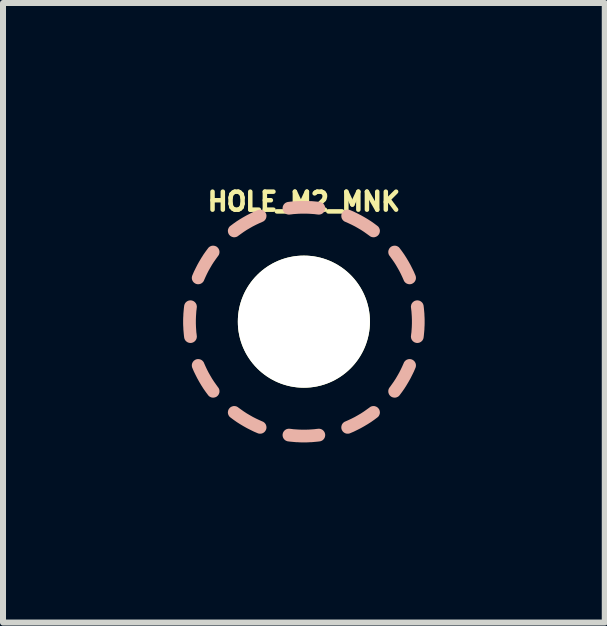
<source format=kicad_pcb>
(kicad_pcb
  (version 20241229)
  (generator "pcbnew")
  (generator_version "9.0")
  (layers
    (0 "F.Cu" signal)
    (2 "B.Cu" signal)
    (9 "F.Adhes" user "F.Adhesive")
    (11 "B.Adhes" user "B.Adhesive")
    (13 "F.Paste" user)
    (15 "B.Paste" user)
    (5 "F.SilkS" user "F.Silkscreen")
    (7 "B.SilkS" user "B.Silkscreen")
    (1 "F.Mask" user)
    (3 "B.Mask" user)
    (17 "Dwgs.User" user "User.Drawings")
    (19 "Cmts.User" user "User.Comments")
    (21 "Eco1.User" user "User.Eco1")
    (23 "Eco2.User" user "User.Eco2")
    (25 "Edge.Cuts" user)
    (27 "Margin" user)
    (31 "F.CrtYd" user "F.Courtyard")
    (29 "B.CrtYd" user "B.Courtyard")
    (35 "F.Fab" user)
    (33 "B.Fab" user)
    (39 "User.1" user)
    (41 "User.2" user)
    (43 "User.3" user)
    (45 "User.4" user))
  (footprint "HOLE_M2_MNK"
    (layer "F.Cu")
    (at 2.011 2.307)
    (property "Reference" "HOLE_M2_MNK" (at 0 -2 0) (layer "F.SilkS") (effects (font (size 0.3 0.3) (thickness 0.075))))
    (attr through_hole)
    (fp_poly (pts (xy -1.765 0.623) (xy -1.77 0.624) (xy -1.775 0.624) (xy -1.78 0.625) (xy -1.786 0.626) (xy -1.791 0.628) (xy -1.796 0.629) (xy -1.801 0.631) (xy -1.806 0.634) (xy -1.811 0.636) (xy -1.815 0.639) (xy -1.82 0.642) (xy -1.824 0.645) (xy -1.828 0.648) (xy -1.832 0.651) (xy -1.836 0.655) (xy -1.839 0.659) (xy -1.843 0.663) (xy -1.846 0.667) (xy -1.849 0.671) (xy -1.851 0.675) (xy -1.854 0.68) (xy -1.856 0.684) (xy -1.858 0.689) (xy -1.86 0.693) (xy -1.862 0.698) (xy -1.863 0.703) (xy -1.864 0.708) (xy -1.865 0.713) (xy -1.866 0.718) (xy -1.866 0.723) (xy -1.866 0.729) (xy -1.866 0.734) (xy -1.866 0.739) (xy -1.865 0.744) (xy -1.864 0.749) (xy -1.863 0.754) (xy -1.862 0.76) (xy -1.86 0.765) (xy -1.858 0.77) (xy -1.832 0.831) (xy -1.803 0.89) (xy -1.773 0.949) (xy -1.741 1.006) (xy -1.707 1.063) (xy -1.672 1.118) (xy -1.634 1.172) (xy -1.595 1.224) (xy -1.592 1.228) (xy -1.588 1.232) (xy -1.585 1.236) (xy -1.581 1.24) (xy -1.577 1.243) (xy -1.572 1.246) (xy -1.568 1.249) (xy -1.564 1.252) (xy -1.559 1.254) (xy -1.554 1.256) (xy -1.55 1.258) (xy -1.545 1.26) (xy -1.54 1.262) (xy -1.535 1.263) (xy -1.53 1.264) (xy -1.525 1.265) (xy -1.52 1.265) (xy -1.515 1.266) (xy -1.51 1.266) (xy -1.505 1.265) (xy -1.5 1.265) (xy -1.495 1.264) (xy -1.49 1.263) (xy -1.485 1.262) (xy -1.48 1.261) (xy -1.475 1.259) (xy -1.47 1.257) (xy -1.465 1.255) (xy -1.46 1.253) (xy -1.456 1.25) (xy -1.451 1.247) (xy -1.447 1.244) (xy -1.443 1.24) (xy -1.439 1.237) (xy -1.435 1.233) (xy -1.431 1.229) (xy -1.428 1.225) (xy -1.425 1.221) (xy -1.422 1.216) (xy -1.419 1.212) (xy -1.417 1.207) (xy -1.415 1.203) (xy -1.413 1.198) (xy -1.411 1.193) (xy -1.41 1.188) (xy -1.408 1.183) (xy -1.407 1.178) (xy -1.406 1.173) (xy -1.406 1.168) (xy -1.406 1.163) (xy -1.406 1.158) (xy -1.406 1.153) (xy -1.406 1.148) (xy -1.407 1.143) (xy -1.408 1.138) (xy -1.409 1.133) (xy -1.41 1.128) (xy -1.412 1.123) (xy -1.414 1.118) (xy -1.416 1.113) (xy -1.419 1.109) (xy -1.421 1.104) (xy -1.424 1.1) (xy -1.428 1.095) (xy -1.462 1.048) (xy -1.496 1) (xy -1.528 0.951) (xy -1.558 0.9) (xy -1.587 0.849) (xy -1.614 0.796) (xy -1.639 0.743) (xy -1.663 0.689) (xy -1.665 0.684) (xy -1.667 0.679) (xy -1.67 0.674) (xy -1.673 0.67) (xy -1.676 0.666) (xy -1.679 0.661) (xy -1.683 0.658) (xy -1.686 0.654) (xy -1.69 0.65) (xy -1.694 0.647) (xy -1.698 0.644) (xy -1.702 0.641) (xy -1.706 0.638) (xy -1.711 0.636) (xy -1.715 0.633) (xy -1.72 0.631) (xy -1.725 0.63) (xy -1.73 0.628) (xy -1.734 0.627) (xy -1.739 0.625) (xy -1.744 0.625) (xy -1.749 0.624) (xy -1.755 0.624) (xy -1.76 0.623)) (stroke (width 0) (type solid)) (fill yes) (layer "B.SilkS"))
    (fp_poly (pts (xy -1.515 -1.266) (xy -1.52 -1.265) (xy -1.525 -1.265) (xy -1.53 -1.264) (xy -1.535 -1.263) (xy -1.54 -1.262) (xy -1.545 -1.26) (xy -1.55 -1.258) (xy -1.554 -1.256) (xy -1.559 -1.254) (xy -1.564 -1.252) (xy -1.568 -1.249) (xy -1.572 -1.246) (xy -1.577 -1.243) (xy -1.581 -1.24) (xy -1.585 -1.236) (xy -1.588 -1.232) (xy -1.592 -1.228) (xy -1.595 -1.224) (xy -1.634 -1.172) (xy -1.672 -1.118) (xy -1.707 -1.063) (xy -1.741 -1.006) (xy -1.773 -0.949) (xy -1.803 -0.89) (xy -1.832 -0.831) (xy -1.858 -0.77) (xy -1.86 -0.765) (xy -1.862 -0.76) (xy -1.863 -0.754) (xy -1.864 -0.749) (xy -1.865 -0.744) (xy -1.866 -0.739) (xy -1.866 -0.734) (xy -1.866 -0.729) (xy -1.866 -0.723) (xy -1.866 -0.718) (xy -1.865 -0.713) (xy -1.864 -0.708) (xy -1.863 -0.703) (xy -1.862 -0.698) (xy -1.86 -0.693) (xy -1.858 -0.689) (xy -1.856 -0.684) (xy -1.854 -0.68) (xy -1.851 -0.675) (xy -1.849 -0.671) (xy -1.846 -0.667) (xy -1.843 -0.663) (xy -1.839 -0.659) (xy -1.836 -0.655) (xy -1.832 -0.651) (xy -1.828 -0.648) (xy -1.824 -0.645) (xy -1.82 -0.642) (xy -1.815 -0.639) (xy -1.811 -0.636) (xy -1.806 -0.634) (xy -1.801 -0.631) (xy -1.796 -0.629) (xy -1.791 -0.628) (xy -1.786 -0.626) (xy -1.78 -0.625) (xy -1.775 -0.624) (xy -1.77 -0.624) (xy -1.765 -0.623) (xy -1.76 -0.623) (xy -1.755 -0.624) (xy -1.749 -0.624) (xy -1.744 -0.625) (xy -1.739 -0.625) (xy -1.734 -0.627) (xy -1.73 -0.628) (xy -1.725 -0.63) (xy -1.72 -0.631) (xy -1.715 -0.633) (xy -1.711 -0.636) (xy -1.706 -0.638) (xy -1.702 -0.641) (xy -1.698 -0.644) (xy -1.694 -0.647) (xy -1.69 -0.65) (xy -1.686 -0.654) (xy -1.683 -0.658) (xy -1.679 -0.661) (xy -1.676 -0.666) (xy -1.673 -0.67) (xy -1.67 -0.674) (xy -1.667 -0.679) (xy -1.665 -0.684) (xy -1.663 -0.689) (xy -1.639 -0.743) (xy -1.614 -0.796) (xy -1.587 -0.849) (xy -1.558 -0.9) (xy -1.528 -0.951) (xy -1.496 -1) (xy -1.462 -1.048) (xy -1.428 -1.095) (xy -1.424 -1.1) (xy -1.421 -1.104) (xy -1.419 -1.109) (xy -1.416 -1.113) (xy -1.414 -1.118) (xy -1.412 -1.123) (xy -1.41 -1.128) (xy -1.409 -1.133) (xy -1.408 -1.138) (xy -1.407 -1.143) (xy -1.406 -1.148) (xy -1.406 -1.153) (xy -1.406 -1.158) (xy -1.406 -1.163) (xy -1.406 -1.168) (xy -1.406 -1.173) (xy -1.407 -1.178) (xy -1.408 -1.183) (xy -1.41 -1.188) (xy -1.411 -1.193) (xy -1.413 -1.198) (xy -1.415 -1.203) (xy -1.417 -1.207) (xy -1.419 -1.212) (xy -1.422 -1.216) (xy -1.425 -1.221) (xy -1.428 -1.225) (xy -1.431 -1.229) (xy -1.435 -1.233) (xy -1.439 -1.237) (xy -1.443 -1.24) (xy -1.447 -1.244) (xy -1.451 -1.247) (xy -1.456 -1.25) (xy -1.46 -1.253) (xy -1.465 -1.255) (xy -1.47 -1.257) (xy -1.475 -1.259) (xy -1.48 -1.261) (xy -1.485 -1.262) (xy -1.49 -1.263) (xy -1.495 -1.264) (xy -1.5 -1.265) (xy -1.505 -1.265) (xy -1.51 -1.266)) (stroke (width 0) (type solid)) (fill yes) (layer "B.SilkS"))
    (fp_poly (pts (xy -1.163 1.406) (xy -1.168 1.406) (xy -1.173 1.406) (xy -1.178 1.407) (xy -1.183 1.408) (xy -1.188 1.41) (xy -1.193 1.411) (xy -1.198 1.413) (xy -1.203 1.415) (xy -1.207 1.417) (xy -1.212 1.419) (xy -1.216 1.422) (xy -1.221 1.425) (xy -1.225 1.428) (xy -1.229 1.431) (xy -1.233 1.435) (xy -1.237 1.439) (xy -1.24 1.443) (xy -1.244 1.447) (xy -1.247 1.451) (xy -1.25 1.456) (xy -1.253 1.46) (xy -1.255 1.465) (xy -1.257 1.47) (xy -1.259 1.475) (xy -1.261 1.48) (xy -1.262 1.485) (xy -1.263 1.49) (xy -1.264 1.495) (xy -1.265 1.5) (xy -1.265 1.505) (xy -1.266 1.51) (xy -1.266 1.515) (xy -1.265 1.52) (xy -1.265 1.525) (xy -1.264 1.53) (xy -1.263 1.535) (xy -1.262 1.54) (xy -1.26 1.545) (xy -1.258 1.55) (xy -1.256 1.554) (xy -1.254 1.559) (xy -1.252 1.564) (xy -1.249 1.568) (xy -1.246 1.572) (xy -1.243 1.577) (xy -1.24 1.581) (xy -1.236 1.585) (xy -1.232 1.588) (xy -1.228 1.592) (xy -1.224 1.595) (xy -1.172 1.634) (xy -1.118 1.672) (xy -1.063 1.707) (xy -1.006 1.741) (xy -0.949 1.773) (xy -0.89 1.803) (xy -0.831 1.832) (xy -0.77 1.858) (xy -0.765 1.86) (xy -0.76 1.862) (xy -0.754 1.863) (xy -0.749 1.864) (xy -0.744 1.865) (xy -0.739 1.866) (xy -0.734 1.866) (xy -0.729 1.866) (xy -0.723 1.866) (xy -0.718 1.866) (xy -0.713 1.865) (xy -0.708 1.864) (xy -0.703 1.863) (xy -0.698 1.862) (xy -0.693 1.86) (xy -0.689 1.858) (xy -0.684 1.856) (xy -0.68 1.854) (xy -0.675 1.851) (xy -0.671 1.849) (xy -0.667 1.846) (xy -0.663 1.843) (xy -0.659 1.839) (xy -0.655 1.836) (xy -0.651 1.832) (xy -0.648 1.828) (xy -0.645 1.824) (xy -0.642 1.82) (xy -0.639 1.815) (xy -0.636 1.811) (xy -0.634 1.806) (xy -0.631 1.801) (xy -0.629 1.796) (xy -0.628 1.791) (xy -0.626 1.786) (xy -0.625 1.78) (xy -0.624 1.775) (xy -0.624 1.77) (xy -0.623 1.765) (xy -0.623 1.76) (xy -0.624 1.755) (xy -0.624 1.749) (xy -0.625 1.744) (xy -0.625 1.739) (xy -0.627 1.734) (xy -0.628 1.73) (xy -0.63 1.725) (xy -0.631 1.72) (xy -0.633 1.715) (xy -0.636 1.711) (xy -0.638 1.706) (xy -0.641 1.702) (xy -0.644 1.698) (xy -0.647 1.694) (xy -0.65 1.69) (xy -0.654 1.686) (xy -0.658 1.683) (xy -0.661 1.679) (xy -0.666 1.676) (xy -0.67 1.673) (xy -0.674 1.67) (xy -0.679 1.667) (xy -0.684 1.665) (xy -0.689 1.663) (xy -0.743 1.639) (xy -0.796 1.614) (xy -0.849 1.587) (xy -0.9 1.558) (xy -0.951 1.528) (xy -1 1.496) (xy -1.048 1.462) (xy -1.095 1.428) (xy -1.1 1.424) (xy -1.104 1.421) (xy -1.109 1.419) (xy -1.113 1.416) (xy -1.118 1.414) (xy -1.123 1.412) (xy -1.128 1.41) (xy -1.133 1.409) (xy -1.138 1.408) (xy -1.143 1.407) (xy -1.148 1.406) (xy -1.153 1.406) (xy -1.158 1.406)) (stroke (width 0) (type solid)) (fill yes) (layer "B.SilkS"))
    (fp_poly (pts (xy -0.734 -1.866) (xy -0.739 -1.866) (xy -0.744 -1.865) (xy -0.749 -1.864) (xy -0.754 -1.863) (xy -0.76 -1.862) (xy -0.765 -1.86) (xy -0.77 -1.858) (xy -0.831 -1.832) (xy -0.89 -1.803) (xy -0.949 -1.773) (xy -1.006 -1.741) (xy -1.063 -1.707) (xy -1.118 -1.672) (xy -1.172 -1.634) (xy -1.224 -1.595) (xy -1.228 -1.592) (xy -1.232 -1.588) (xy -1.236 -1.585) (xy -1.24 -1.581) (xy -1.243 -1.577) (xy -1.246 -1.572) (xy -1.249 -1.568) (xy -1.252 -1.564) (xy -1.254 -1.559) (xy -1.256 -1.554) (xy -1.258 -1.55) (xy -1.26 -1.545) (xy -1.262 -1.54) (xy -1.263 -1.535) (xy -1.264 -1.53) (xy -1.265 -1.525) (xy -1.265 -1.52) (xy -1.266 -1.515) (xy -1.266 -1.51) (xy -1.265 -1.505) (xy -1.265 -1.5) (xy -1.264 -1.495) (xy -1.263 -1.49) (xy -1.262 -1.485) (xy -1.261 -1.48) (xy -1.259 -1.475) (xy -1.257 -1.47) (xy -1.255 -1.465) (xy -1.253 -1.46) (xy -1.25 -1.456) (xy -1.247 -1.451) (xy -1.244 -1.447) (xy -1.24 -1.443) (xy -1.237 -1.439) (xy -1.233 -1.435) (xy -1.229 -1.431) (xy -1.225 -1.428) (xy -1.221 -1.425) (xy -1.216 -1.422) (xy -1.212 -1.419) (xy -1.207 -1.417) (xy -1.203 -1.415) (xy -1.198 -1.413) (xy -1.193 -1.411) (xy -1.188 -1.41) (xy -1.183 -1.408) (xy -1.178 -1.407) (xy -1.173 -1.406) (xy -1.168 -1.406) (xy -1.163 -1.406) (xy -1.158 -1.406) (xy -1.153 -1.406) (xy -1.148 -1.406) (xy -1.143 -1.407) (xy -1.138 -1.408) (xy -1.133 -1.409) (xy -1.128 -1.41) (xy -1.123 -1.412) (xy -1.118 -1.414) (xy -1.113 -1.416) (xy -1.109 -1.419) (xy -1.104 -1.421) (xy -1.1 -1.424) (xy -1.095 -1.428) (xy -1.048 -1.462) (xy -1 -1.496) (xy -0.951 -1.528) (xy -0.9 -1.558) (xy -0.849 -1.587) (xy -0.796 -1.614) (xy -0.743 -1.639) (xy -0.689 -1.663) (xy -0.684 -1.665) (xy -0.679 -1.667) (xy -0.674 -1.67) (xy -0.67 -1.673) (xy -0.666 -1.676) (xy -0.661 -1.679) (xy -0.658 -1.683) (xy -0.654 -1.686) (xy -0.65 -1.69) (xy -0.647 -1.694) (xy -0.644 -1.698) (xy -0.641 -1.702) (xy -0.638 -1.706) (xy -0.636 -1.711) (xy -0.633 -1.715) (xy -0.631 -1.72) (xy -0.63 -1.725) (xy -0.628 -1.73) (xy -0.627 -1.734) (xy -0.625 -1.739) (xy -0.625 -1.744) (xy -0.624 -1.749) (xy -0.624 -1.755) (xy -0.623 -1.76) (xy -0.623 -1.765) (xy -0.624 -1.77) (xy -0.624 -1.775) (xy -0.625 -1.78) (xy -0.626 -1.786) (xy -0.628 -1.791) (xy -0.629 -1.796) (xy -0.631 -1.801) (xy -0.634 -1.806) (xy -0.636 -1.811) (xy -0.639 -1.815) (xy -0.642 -1.82) (xy -0.645 -1.824) (xy -0.648 -1.828) (xy -0.651 -1.832) (xy -0.655 -1.836) (xy -0.659 -1.839) (xy -0.663 -1.843) (xy -0.667 -1.846) (xy -0.671 -1.849) (xy -0.675 -1.851) (xy -0.68 -1.854) (xy -0.684 -1.856) (xy -0.689 -1.858) (xy -0.693 -1.86) (xy -0.698 -1.862) (xy -0.703 -1.863) (xy -0.708 -1.864) (xy -0.713 -1.865) (xy -0.718 -1.866) (xy -0.723 -1.866) (xy -0.729 -1.866)) (stroke (width 0) (type solid)) (fill yes) (layer "B.SilkS"))
    (fp_poly (pts (xy 0.723 -1.866) (xy 0.718 -1.866) (xy 0.713 -1.865) (xy 0.708 -1.864) (xy 0.703 -1.863) (xy 0.698 -1.862) (xy 0.693 -1.86) (xy 0.689 -1.858) (xy 0.684 -1.856) (xy 0.68 -1.854) (xy 0.675 -1.851) (xy 0.671 -1.849) (xy 0.667 -1.846) (xy 0.663 -1.843) (xy 0.659 -1.839) (xy 0.655 -1.836) (xy 0.651 -1.832) (xy 0.648 -1.828) (xy 0.645 -1.824) (xy 0.642 -1.82) (xy 0.639 -1.815) (xy 0.636 -1.811) (xy 0.634 -1.806) (xy 0.631 -1.801) (xy 0.629 -1.796) (xy 0.628 -1.791) (xy 0.626 -1.786) (xy 0.625 -1.78) (xy 0.624 -1.775) (xy 0.624 -1.77) (xy 0.623 -1.765) (xy 0.623 -1.76) (xy 0.624 -1.755) (xy 0.624 -1.749) (xy 0.625 -1.744) (xy 0.625 -1.739) (xy 0.627 -1.734) (xy 0.628 -1.73) (xy 0.63 -1.725) (xy 0.631 -1.72) (xy 0.633 -1.715) (xy 0.636 -1.711) (xy 0.638 -1.706) (xy 0.641 -1.702) (xy 0.644 -1.698) (xy 0.647 -1.694) (xy 0.65 -1.69) (xy 0.654 -1.686) (xy 0.658 -1.683) (xy 0.661 -1.679) (xy 0.666 -1.676) (xy 0.67 -1.673) (xy 0.674 -1.67) (xy 0.679 -1.667) (xy 0.684 -1.665) (xy 0.689 -1.663) (xy 0.743 -1.639) (xy 0.796 -1.614) (xy 0.849 -1.587) (xy 0.9 -1.558) (xy 0.951 -1.528) (xy 1 -1.496) (xy 1.048 -1.462) (xy 1.095 -1.428) (xy 1.1 -1.424) (xy 1.104 -1.421) (xy 1.109 -1.419) (xy 1.113 -1.416) (xy 1.118 -1.414) (xy 1.123 -1.412) (xy 1.128 -1.41) (xy 1.133 -1.409) (xy 1.138 -1.408) (xy 1.143 -1.407) (xy 1.148 -1.406) (xy 1.153 -1.406) (xy 1.158 -1.406) (xy 1.163 -1.406) (xy 1.168 -1.406) (xy 1.173 -1.406) (xy 1.178 -1.407) (xy 1.183 -1.408) (xy 1.188 -1.41) (xy 1.193 -1.411) (xy 1.198 -1.413) (xy 1.203 -1.415) (xy 1.207 -1.417) (xy 1.212 -1.419) (xy 1.216 -1.422) (xy 1.221 -1.425) (xy 1.225 -1.428) (xy 1.229 -1.431) (xy 1.233 -1.435) (xy 1.237 -1.439) (xy 1.24 -1.443) (xy 1.244 -1.447) (xy 1.247 -1.451) (xy 1.25 -1.456) (xy 1.253 -1.46) (xy 1.255 -1.465) (xy 1.257 -1.47) (xy 1.259 -1.475) (xy 1.261 -1.48) (xy 1.262 -1.485) (xy 1.263 -1.49) (xy 1.264 -1.495) (xy 1.265 -1.5) (xy 1.265 -1.505) (xy 1.266 -1.51) (xy 1.266 -1.515) (xy 1.265 -1.52) (xy 1.265 -1.525) (xy 1.264 -1.53) (xy 1.263 -1.535) (xy 1.262 -1.54) (xy 1.26 -1.545) (xy 1.258 -1.55) (xy 1.256 -1.554) (xy 1.254 -1.559) (xy 1.252 -1.564) (xy 1.249 -1.568) (xy 1.246 -1.572) (xy 1.243 -1.577) (xy 1.24 -1.581) (xy 1.236 -1.585) (xy 1.232 -1.588) (xy 1.228 -1.592) (xy 1.224 -1.595) (xy 1.172 -1.634) (xy 1.118 -1.672) (xy 1.063 -1.707) (xy 1.006 -1.741) (xy 0.949 -1.773) (xy 0.89 -1.803) (xy 0.831 -1.832) (xy 0.77 -1.858) (xy 0.765 -1.86) (xy 0.76 -1.862) (xy 0.754 -1.863) (xy 0.749 -1.864) (xy 0.744 -1.865) (xy 0.739 -1.866) (xy 0.734 -1.866) (xy 0.729 -1.866)) (stroke (width 0) (type solid)) (fill yes) (layer "B.SilkS"))
    (fp_poly (pts (xy 1.153 1.406) (xy 1.148 1.406) (xy 1.143 1.407) (xy 1.138 1.408) (xy 1.133 1.409) (xy 1.128 1.41) (xy 1.123 1.412) (xy 1.118 1.414) (xy 1.113 1.416) (xy 1.109 1.419) (xy 1.104 1.421) (xy 1.1 1.424) (xy 1.095 1.428) (xy 1.048 1.462) (xy 1 1.496) (xy 0.951 1.528) (xy 0.9 1.558) (xy 0.849 1.587) (xy 0.796 1.614) (xy 0.743 1.639) (xy 0.689 1.663) (xy 0.684 1.665) (xy 0.679 1.667) (xy 0.674 1.67) (xy 0.67 1.673) (xy 0.666 1.676) (xy 0.661 1.679) (xy 0.658 1.683) (xy 0.654 1.686) (xy 0.65 1.69) (xy 0.647 1.694) (xy 0.644 1.698) (xy 0.641 1.702) (xy 0.638 1.706) (xy 0.636 1.711) (xy 0.633 1.715) (xy 0.631 1.72) (xy 0.63 1.725) (xy 0.628 1.73) (xy 0.627 1.734) (xy 0.625 1.739) (xy 0.625 1.744) (xy 0.624 1.749) (xy 0.624 1.755) (xy 0.623 1.76) (xy 0.623 1.765) (xy 0.624 1.77) (xy 0.624 1.775) (xy 0.625 1.78) (xy 0.626 1.786) (xy 0.628 1.791) (xy 0.629 1.796) (xy 0.631 1.801) (xy 0.634 1.806) (xy 0.636 1.811) (xy 0.639 1.815) (xy 0.642 1.82) (xy 0.645 1.824) (xy 0.648 1.828) (xy 0.651 1.832) (xy 0.655 1.836) (xy 0.659 1.839) (xy 0.663 1.843) (xy 0.667 1.846) (xy 0.671 1.849) (xy 0.675 1.851) (xy 0.68 1.854) (xy 0.684 1.856) (xy 0.689 1.858) (xy 0.693 1.86) (xy 0.698 1.862) (xy 0.703 1.863) (xy 0.708 1.864) (xy 0.713 1.865) (xy 0.718 1.866) (xy 0.723 1.866) (xy 0.729 1.866) (xy 0.734 1.866) (xy 0.739 1.866) (xy 0.744 1.865) (xy 0.749 1.864) (xy 0.754 1.863) (xy 0.76 1.862) (xy 0.765 1.86) (xy 0.77 1.858) (xy 0.831 1.832) (xy 0.89 1.803) (xy 0.949 1.773) (xy 1.006 1.741) (xy 1.063 1.707) (xy 1.118 1.672) (xy 1.172 1.634) (xy 1.224 1.595) (xy 1.228 1.592) (xy 1.232 1.588) (xy 1.236 1.585) (xy 1.24 1.581) (xy 1.243 1.577) (xy 1.246 1.572) (xy 1.249 1.568) (xy 1.252 1.564) (xy 1.254 1.559) (xy 1.256 1.554) (xy 1.258 1.55) (xy 1.26 1.545) (xy 1.262 1.54) (xy 1.263 1.535) (xy 1.264 1.53) (xy 1.265 1.525) (xy 1.265 1.52) (xy 1.266 1.515) (xy 1.266 1.51) (xy 1.265 1.505) (xy 1.265 1.5) (xy 1.264 1.495) (xy 1.263 1.49) (xy 1.262 1.485) (xy 1.261 1.48) (xy 1.259 1.475) (xy 1.257 1.47) (xy 1.255 1.465) (xy 1.253 1.46) (xy 1.25 1.456) (xy 1.247 1.451) (xy 1.244 1.447) (xy 1.24 1.443) (xy 1.237 1.439) (xy 1.233 1.435) (xy 1.229 1.431) (xy 1.225 1.428) (xy 1.221 1.425) (xy 1.216 1.422) (xy 1.212 1.419) (xy 1.207 1.417) (xy 1.203 1.415) (xy 1.198 1.413) (xy 1.193 1.411) (xy 1.188 1.41) (xy 1.183 1.408) (xy 1.178 1.407) (xy 1.173 1.406) (xy 1.168 1.406) (xy 1.163 1.406) (xy 1.158 1.406)) (stroke (width 0) (type solid)) (fill yes) (layer "B.SilkS"))
    (fp_poly (pts (xy 1.505 -1.265) (xy 1.5 -1.265) (xy 1.495 -1.264) (xy 1.49 -1.263) (xy 1.485 -1.262) (xy 1.48 -1.261) (xy 1.475 -1.259) (xy 1.47 -1.257) (xy 1.465 -1.255) (xy 1.46 -1.253) (xy 1.456 -1.25) (xy 1.451 -1.247) (xy 1.447 -1.244) (xy 1.443 -1.24) (xy 1.439 -1.237) (xy 1.435 -1.233) (xy 1.431 -1.229) (xy 1.428 -1.225) (xy 1.425 -1.221) (xy 1.422 -1.216) (xy 1.419 -1.212) (xy 1.417 -1.207) (xy 1.415 -1.203) (xy 1.413 -1.198) (xy 1.411 -1.193) (xy 1.41 -1.188) (xy 1.408 -1.183) (xy 1.407 -1.178) (xy 1.406 -1.173) (xy 1.406 -1.168) (xy 1.406 -1.163) (xy 1.406 -1.158) (xy 1.406 -1.153) (xy 1.406 -1.148) (xy 1.407 -1.143) (xy 1.408 -1.138) (xy 1.409 -1.133) (xy 1.41 -1.128) (xy 1.412 -1.123) (xy 1.414 -1.118) (xy 1.416 -1.113) (xy 1.419 -1.109) (xy 1.421 -1.104) (xy 1.424 -1.1) (xy 1.428 -1.095) (xy 1.462 -1.048) (xy 1.496 -1) (xy 1.528 -0.951) (xy 1.558 -0.9) (xy 1.587 -0.849) (xy 1.614 -0.796) (xy 1.639 -0.743) (xy 1.663 -0.689) (xy 1.665 -0.684) (xy 1.667 -0.679) (xy 1.67 -0.674) (xy 1.673 -0.67) (xy 1.676 -0.666) (xy 1.679 -0.661) (xy 1.683 -0.658) (xy 1.686 -0.654) (xy 1.69 -0.65) (xy 1.694 -0.647) (xy 1.698 -0.644) (xy 1.702 -0.641) (xy 1.706 -0.638) (xy 1.711 -0.636) (xy 1.715 -0.633) (xy 1.72 -0.631) (xy 1.725 -0.63) (xy 1.73 -0.628) (xy 1.734 -0.627) (xy 1.739 -0.625) (xy 1.744 -0.625) (xy 1.749 -0.624) (xy 1.755 -0.624) (xy 1.76 -0.623) (xy 1.765 -0.623) (xy 1.77 -0.624) (xy 1.775 -0.624) (xy 1.78 -0.625) (xy 1.786 -0.626) (xy 1.791 -0.628) (xy 1.796 -0.629) (xy 1.801 -0.631) (xy 1.806 -0.634) (xy 1.811 -0.636) (xy 1.815 -0.639) (xy 1.82 -0.642) (xy 1.824 -0.645) (xy 1.828 -0.648) (xy 1.832 -0.651) (xy 1.836 -0.655) (xy 1.839 -0.659) (xy 1.843 -0.663) (xy 1.846 -0.667) (xy 1.849 -0.671) (xy 1.851 -0.675) (xy 1.854 -0.68) (xy 1.856 -0.684) (xy 1.858 -0.689) (xy 1.86 -0.693) (xy 1.862 -0.698) (xy 1.863 -0.703) (xy 1.864 -0.708) (xy 1.865 -0.713) (xy 1.866 -0.718) (xy 1.866 -0.723) (xy 1.866 -0.729) (xy 1.866 -0.734) (xy 1.866 -0.739) (xy 1.865 -0.744) (xy 1.864 -0.749) (xy 1.863 -0.754) (xy 1.862 -0.76) (xy 1.86 -0.765) (xy 1.858 -0.77) (xy 1.832 -0.831) (xy 1.803 -0.89) (xy 1.773 -0.949) (xy 1.741 -1.006) (xy 1.707 -1.063) (xy 1.672 -1.118) (xy 1.634 -1.172) (xy 1.595 -1.224) (xy 1.592 -1.228) (xy 1.588 -1.232) (xy 1.585 -1.236) (xy 1.581 -1.24) (xy 1.577 -1.243) (xy 1.572 -1.246) (xy 1.568 -1.249) (xy 1.564 -1.252) (xy 1.559 -1.254) (xy 1.554 -1.256) (xy 1.55 -1.258) (xy 1.545 -1.26) (xy 1.54 -1.262) (xy 1.535 -1.263) (xy 1.53 -1.264) (xy 1.525 -1.265) (xy 1.52 -1.265) (xy 1.515 -1.266) (xy 1.51 -1.266)) (stroke (width 0) (type solid)) (fill yes) (layer "B.SilkS"))
    (fp_poly (pts (xy 1.755 0.624) (xy 1.749 0.624) (xy 1.744 0.625) (xy 1.739 0.625) (xy 1.734 0.627) (xy 1.73 0.628) (xy 1.725 0.63) (xy 1.72 0.631) (xy 1.715 0.633) (xy 1.711 0.636) (xy 1.706 0.638) (xy 1.702 0.641) (xy 1.698 0.644) (xy 1.694 0.647) (xy 1.69 0.65) (xy 1.686 0.654) (xy 1.683 0.658) (xy 1.679 0.661) (xy 1.676 0.666) (xy 1.673 0.67) (xy 1.67 0.674) (xy 1.667 0.679) (xy 1.665 0.684) (xy 1.663 0.689) (xy 1.639 0.743) (xy 1.614 0.796) (xy 1.587 0.849) (xy 1.558 0.9) (xy 1.528 0.951) (xy 1.496 1) (xy 1.462 1.048) (xy 1.428 1.095) (xy 1.424 1.1) (xy 1.421 1.104) (xy 1.419 1.109) (xy 1.416 1.113) (xy 1.414 1.118) (xy 1.412 1.123) (xy 1.41 1.128) (xy 1.409 1.133) (xy 1.408 1.138) (xy 1.407 1.143) (xy 1.406 1.148) (xy 1.406 1.153) (xy 1.406 1.158) (xy 1.406 1.163) (xy 1.406 1.168) (xy 1.406 1.173) (xy 1.407 1.178) (xy 1.408 1.183) (xy 1.41 1.188) (xy 1.411 1.193) (xy 1.413 1.198) (xy 1.415 1.203) (xy 1.417 1.207) (xy 1.419 1.212) (xy 1.422 1.216) (xy 1.425 1.221) (xy 1.428 1.225) (xy 1.431 1.229) (xy 1.435 1.233) (xy 1.439 1.237) (xy 1.443 1.24) (xy 1.447 1.244) (xy 1.451 1.247) (xy 1.456 1.25) (xy 1.46 1.253) (xy 1.465 1.255) (xy 1.47 1.257) (xy 1.475 1.259) (xy 1.48 1.261) (xy 1.485 1.262) (xy 1.49 1.263) (xy 1.495 1.264) (xy 1.5 1.265) (xy 1.505 1.265) (xy 1.51 1.266) (xy 1.515 1.266) (xy 1.52 1.265) (xy 1.525 1.265) (xy 1.53 1.264) (xy 1.535 1.263) (xy 1.54 1.262) (xy 1.545 1.26) (xy 1.55 1.258) (xy 1.554 1.256) (xy 1.559 1.254) (xy 1.564 1.252) (xy 1.568 1.249) (xy 1.572 1.246) (xy 1.577 1.243) (xy 1.581 1.24) (xy 1.585 1.236) (xy 1.588 1.232) (xy 1.592 1.228) (xy 1.595 1.224) (xy 1.634 1.172) (xy 1.672 1.118) (xy 1.707 1.063) (xy 1.741 1.006) (xy 1.773 0.949) (xy 1.803 0.89) (xy 1.832 0.831) (xy 1.858 0.77) (xy 1.86 0.765) (xy 1.862 0.76) (xy 1.863 0.754) (xy 1.864 0.749) (xy 1.865 0.744) (xy 1.866 0.739) (xy 1.866 0.734) (xy 1.866 0.729) (xy 1.866 0.723) (xy 1.866 0.718) (xy 1.865 0.713) (xy 1.864 0.708) (xy 1.863 0.703) (xy 1.862 0.698) (xy 1.86 0.693) (xy 1.858 0.689) (xy 1.856 0.684) (xy 1.854 0.68) (xy 1.851 0.675) (xy 1.849 0.671) (xy 1.846 0.667) (xy 1.843 0.663) (xy 1.839 0.659) (xy 1.836 0.655) (xy 1.832 0.651) (xy 1.828 0.648) (xy 1.824 0.645) (xy 1.82 0.642) (xy 1.815 0.639) (xy 1.811 0.636) (xy 1.806 0.634) (xy 1.801 0.631) (xy 1.796 0.629) (xy 1.791 0.628) (xy 1.786 0.626) (xy 1.78 0.625) (xy 1.775 0.624) (xy 1.77 0.624) (xy 1.765 0.623) (xy 1.76 0.623)) (stroke (width 0) (type solid)) (fill yes) (layer "B.SilkS"))
    (fp_poly (pts (xy -1.897 -0.354) (xy -1.902 -0.354) (xy -1.907 -0.353) (xy -1.912 -0.352) (xy -1.917 -0.351) (xy -1.922 -0.349) (xy -1.927 -0.348) (xy -1.932 -0.346) (xy -1.936 -0.343) (xy -1.941 -0.341) (xy -1.945 -0.339) (xy -1.949 -0.336) (xy -1.953 -0.333) (xy -1.957 -0.33) (xy -1.961 -0.326) (xy -1.965 -0.323) (xy -1.968 -0.319) (xy -1.972 -0.315) (xy -1.975 -0.311) (xy -1.978 -0.307) (xy -1.98 -0.302) (xy -1.983 -0.298) (xy -1.985 -0.293) (xy -1.987 -0.288) (xy -1.989 -0.283) (xy -1.991 -0.278) (xy -1.992 -0.273) (xy -1.993 -0.268) (xy -1.994 -0.262) (xy -1.998 -0.23) (xy -2.001 -0.198) (xy -2.004 -0.165) (xy -2.007 -0.132) (xy -2.008 -0.099) (xy -2.01 -0.066) (xy -2.011 -0.033) (xy -2.011 0) (xy -2.011 0.033) (xy -2.01 0.066) (xy -2.008 0.099) (xy -2.007 0.132) (xy -2.004 0.165) (xy -2.001 0.198) (xy -1.998 0.23) (xy -1.994 0.262) (xy -1.993 0.268) (xy -1.992 0.273) (xy -1.991 0.278) (xy -1.989 0.283) (xy -1.987 0.288) (xy -1.985 0.293) (xy -1.983 0.298) (xy -1.98 0.302) (xy -1.978 0.307) (xy -1.975 0.311) (xy -1.972 0.315) (xy -1.968 0.319) (xy -1.965 0.323) (xy -1.961 0.326) (xy -1.957 0.33) (xy -1.953 0.333) (xy -1.949 0.336) (xy -1.945 0.339) (xy -1.941 0.341) (xy -1.936 0.343) (xy -1.932 0.346) (xy -1.927 0.348) (xy -1.922 0.349) (xy -1.917 0.351) (xy -1.912 0.352) (xy -1.907 0.353) (xy -1.902 0.354) (xy -1.897 0.354) (xy -1.891 0.355) (xy -1.886 0.355) (xy -1.881 0.354) (xy -1.875 0.354) (xy -1.87 0.353) (xy -1.865 0.352) (xy -1.859 0.35) (xy -1.854 0.349) (xy -1.849 0.347) (xy -1.845 0.345) (xy -1.84 0.343) (xy -1.835 0.34) (xy -1.831 0.337) (xy -1.827 0.335) (xy -1.823 0.331) (xy -1.819 0.328) (xy -1.815 0.325) (xy -1.812 0.321) (xy -1.808 0.317) (xy -1.805 0.313) (xy -1.802 0.309) (xy -1.799 0.305) (xy -1.797 0.301) (xy -1.794 0.296) (xy -1.792 0.292) (xy -1.79 0.287) (xy -1.788 0.282) (xy -1.787 0.277) (xy -1.786 0.272) (xy -1.785 0.267) (xy -1.784 0.262) (xy -1.783 0.257) (xy -1.783 0.251) (xy -1.783 0.246) (xy -1.783 0.241) (xy -1.784 0.235) (xy -1.787 0.206) (xy -1.791 0.177) (xy -1.793 0.148) (xy -1.795 0.119) (xy -1.797 0.089) (xy -1.798 0.06) (xy -1.799 0.03) (xy -1.799 0) (xy -1.799 -0.03) (xy -1.798 -0.06) (xy -1.797 -0.089) (xy -1.795 -0.119) (xy -1.793 -0.148) (xy -1.791 -0.177) (xy -1.787 -0.206) (xy -1.784 -0.235) (xy -1.783 -0.241) (xy -1.783 -0.246) (xy -1.783 -0.251) (xy -1.783 -0.257) (xy -1.784 -0.262) (xy -1.785 -0.267) (xy -1.786 -0.272) (xy -1.787 -0.277) (xy -1.788 -0.282) (xy -1.79 -0.287) (xy -1.792 -0.292) (xy -1.794 -0.296) (xy -1.797 -0.301) (xy -1.799 -0.305) (xy -1.802 -0.309) (xy -1.805 -0.313) (xy -1.808 -0.317) (xy -1.812 -0.321) (xy -1.815 -0.325) (xy -1.819 -0.328) (xy -1.823 -0.331) (xy -1.827 -0.335) (xy -1.831 -0.337) (xy -1.835 -0.34) (xy -1.84 -0.343) (xy -1.845 -0.345) (xy -1.849 -0.347) (xy -1.854 -0.349) (xy -1.859 -0.35) (xy -1.865 -0.352) (xy -1.87 -0.353) (xy -1.875 -0.354) (xy -1.881 -0.354) (xy -1.886 -0.355) (xy -1.891 -0.355)) (stroke (width 0) (type solid)) (fill yes) (layer "B.SilkS"))
    (fp_poly (pts (xy -0.257 1.783) (xy -0.262 1.784) (xy -0.267 1.785) (xy -0.272 1.786) (xy -0.277 1.787) (xy -0.282 1.788) (xy -0.287 1.79) (xy -0.292 1.792) (xy -0.296 1.794) (xy -0.301 1.797) (xy -0.305 1.799) (xy -0.309 1.802) (xy -0.313 1.805) (xy -0.317 1.808) (xy -0.321 1.812) (xy -0.325 1.815) (xy -0.328 1.819) (xy -0.331 1.823) (xy -0.335 1.827) (xy -0.337 1.831) (xy -0.34 1.835) (xy -0.343 1.84) (xy -0.345 1.845) (xy -0.347 1.849) (xy -0.349 1.854) (xy -0.35 1.859) (xy -0.352 1.865) (xy -0.353 1.87) (xy -0.354 1.875) (xy -0.354 1.881) (xy -0.355 1.886) (xy -0.355 1.891) (xy -0.354 1.897) (xy -0.354 1.902) (xy -0.353 1.907) (xy -0.352 1.912) (xy -0.351 1.917) (xy -0.349 1.922) (xy -0.348 1.927) (xy -0.346 1.932) (xy -0.343 1.936) (xy -0.341 1.941) (xy -0.339 1.945) (xy -0.336 1.949) (xy -0.333 1.953) (xy -0.33 1.957) (xy -0.326 1.961) (xy -0.323 1.965) (xy -0.319 1.968) (xy -0.315 1.972) (xy -0.311 1.975) (xy -0.307 1.978) (xy -0.302 1.98) (xy -0.298 1.983) (xy -0.293 1.985) (xy -0.288 1.987) (xy -0.283 1.989) (xy -0.278 1.991) (xy -0.273 1.992) (xy -0.268 1.993) (xy -0.262 1.994) (xy -0.23 1.998) (xy -0.198 2.001) (xy -0.165 2.004) (xy -0.132 2.007) (xy -0.099 2.008) (xy -0.066 2.01) (xy -0.033 2.011) (xy 0 2.011) (xy 0.033 2.011) (xy 0.066 2.01) (xy 0.099 2.008) (xy 0.132 2.007) (xy 0.165 2.004) (xy 0.198 2.001) (xy 0.23 1.998) (xy 0.262 1.994) (xy 0.268 1.993) (xy 0.273 1.992) (xy 0.278 1.991) (xy 0.283 1.989) (xy 0.288 1.987) (xy 0.293 1.985) (xy 0.298 1.983) (xy 0.302 1.98) (xy 0.307 1.978) (xy 0.311 1.975) (xy 0.315 1.972) (xy 0.319 1.968) (xy 0.323 1.965) (xy 0.326 1.961) (xy 0.33 1.957) (xy 0.333 1.953) (xy 0.336 1.949) (xy 0.339 1.945) (xy 0.341 1.941) (xy 0.343 1.936) (xy 0.346 1.932) (xy 0.348 1.927) (xy 0.349 1.922) (xy 0.351 1.917) (xy 0.352 1.912) (xy 0.353 1.907) (xy 0.354 1.902) (xy 0.354 1.897) (xy 0.355 1.891) (xy 0.355 1.886) (xy 0.354 1.881) (xy 0.354 1.875) (xy 0.353 1.87) (xy 0.352 1.865) (xy 0.35 1.859) (xy 0.349 1.854) (xy 0.347 1.849) (xy 0.345 1.845) (xy 0.343 1.84) (xy 0.34 1.835) (xy 0.337 1.831) (xy 0.335 1.827) (xy 0.331 1.823) (xy 0.328 1.819) (xy 0.325 1.815) (xy 0.321 1.812) (xy 0.317 1.808) (xy 0.313 1.805) (xy 0.309 1.802) (xy 0.305 1.799) (xy 0.301 1.797) (xy 0.296 1.794) (xy 0.292 1.792) (xy 0.287 1.79) (xy 0.282 1.788) (xy 0.277 1.787) (xy 0.272 1.786) (xy 0.267 1.785) (xy 0.262 1.784) (xy 0.257 1.783) (xy 0.251 1.783) (xy 0.246 1.783) (xy 0.241 1.783) (xy 0.235 1.784) (xy 0.206 1.787) (xy 0.177 1.791) (xy 0.148 1.793) (xy 0.119 1.795) (xy 0.089 1.797) (xy 0.06 1.798) (xy 0.03 1.799) (xy 0 1.799) (xy -0.03 1.799) (xy -0.06 1.798) (xy -0.089 1.797) (xy -0.119 1.795) (xy -0.148 1.793) (xy -0.177 1.791) (xy -0.206 1.787) (xy -0.235 1.784) (xy -0.241 1.783) (xy -0.246 1.783) (xy -0.251 1.783)) (stroke (width 0) (type solid)) (fill yes) (layer "B.SilkS"))
    (fp_poly (pts (xy -0.033 -2.011) (xy -0.066 -2.01) (xy -0.099 -2.008) (xy -0.132 -2.007) (xy -0.165 -2.004) (xy -0.198 -2.001) (xy -0.23 -1.998) (xy -0.262 -1.994) (xy -0.268 -1.993) (xy -0.273 -1.992) (xy -0.278 -1.991) (xy -0.283 -1.989) (xy -0.288 -1.987) (xy -0.293 -1.985) (xy -0.298 -1.983) (xy -0.302 -1.98) (xy -0.307 -1.978) (xy -0.311 -1.975) (xy -0.315 -1.972) (xy -0.319 -1.968) (xy -0.323 -1.965) (xy -0.326 -1.961) (xy -0.33 -1.957) (xy -0.333 -1.953) (xy -0.336 -1.949) (xy -0.339 -1.945) (xy -0.341 -1.941) (xy -0.343 -1.936) (xy -0.346 -1.932) (xy -0.348 -1.927) (xy -0.349 -1.922) (xy -0.351 -1.917) (xy -0.352 -1.912) (xy -0.353 -1.907) (xy -0.354 -1.902) (xy -0.354 -1.897) (xy -0.355 -1.891) (xy -0.355 -1.886) (xy -0.354 -1.881) (xy -0.354 -1.875) (xy -0.353 -1.87) (xy -0.352 -1.865) (xy -0.35 -1.859) (xy -0.349 -1.854) (xy -0.347 -1.849) (xy -0.345 -1.845) (xy -0.343 -1.84) (xy -0.34 -1.835) (xy -0.337 -1.831) (xy -0.335 -1.827) (xy -0.331 -1.823) (xy -0.328 -1.819) (xy -0.325 -1.815) (xy -0.321 -1.812) (xy -0.317 -1.808) (xy -0.313 -1.805) (xy -0.309 -1.802) (xy -0.305 -1.799) (xy -0.301 -1.797) (xy -0.296 -1.794) (xy -0.292 -1.792) (xy -0.287 -1.79) (xy -0.282 -1.788) (xy -0.277 -1.787) (xy -0.272 -1.786) (xy -0.267 -1.785) (xy -0.262 -1.784) (xy -0.257 -1.783) (xy -0.251 -1.783) (xy -0.246 -1.783) (xy -0.241 -1.783) (xy -0.235 -1.784) (xy -0.206 -1.787) (xy -0.177 -1.791) (xy -0.148 -1.793) (xy -0.119 -1.795) (xy -0.089 -1.797) (xy -0.06 -1.798) (xy -0.03 -1.799) (xy 0 -1.799) (xy 0.03 -1.799) (xy 0.06 -1.798) (xy 0.089 -1.797) (xy 0.119 -1.795) (xy 0.148 -1.793) (xy 0.177 -1.791) (xy 0.206 -1.787) (xy 0.235 -1.784) (xy 0.241 -1.783) (xy 0.246 -1.783) (xy 0.251 -1.783) (xy 0.257 -1.783) (xy 0.262 -1.784) (xy 0.267 -1.785) (xy 0.272 -1.786) (xy 0.277 -1.787) (xy 0.282 -1.788) (xy 0.287 -1.79) (xy 0.292 -1.792) (xy 0.296 -1.794) (xy 0.301 -1.797) (xy 0.305 -1.799) (xy 0.309 -1.802) (xy 0.313 -1.805) (xy 0.317 -1.808) (xy 0.321 -1.812) (xy 0.325 -1.815) (xy 0.328 -1.819) (xy 0.331 -1.823) (xy 0.335 -1.827) (xy 0.337 -1.831) (xy 0.34 -1.835) (xy 0.343 -1.84) (xy 0.345 -1.845) (xy 0.347 -1.849) (xy 0.349 -1.854) (xy 0.35 -1.859) (xy 0.352 -1.865) (xy 0.353 -1.87) (xy 0.354 -1.875) (xy 0.354 -1.881) (xy 0.355 -1.886) (xy 0.355 -1.891) (xy 0.354 -1.897) (xy 0.354 -1.902) (xy 0.353 -1.907) (xy 0.352 -1.912) (xy 0.351 -1.917) (xy 0.349 -1.922) (xy 0.348 -1.927) (xy 0.346 -1.932) (xy 0.343 -1.936) (xy 0.341 -1.941) (xy 0.339 -1.945) (xy 0.336 -1.949) (xy 0.333 -1.953) (xy 0.33 -1.957) (xy 0.326 -1.961) (xy 0.323 -1.965) (xy 0.319 -1.968) (xy 0.315 -1.972) (xy 0.311 -1.975) (xy 0.307 -1.978) (xy 0.302 -1.98) (xy 0.298 -1.983) (xy 0.293 -1.985) (xy 0.288 -1.987) (xy 0.283 -1.989) (xy 0.278 -1.991) (xy 0.273 -1.992) (xy 0.268 -1.993) (xy 0.262 -1.994) (xy 0.23 -1.998) (xy 0.198 -2.001) (xy 0.165 -2.004) (xy 0.132 -2.007) (xy 0.099 -2.008) (xy 0.066 -2.01) (xy 0.033 -2.011) (xy 0 -2.011)) (stroke (width 0) (type solid)) (fill yes) (layer "B.SilkS"))
    (fp_poly (pts (xy 1.886 -0.355) (xy 1.881 -0.354) (xy 1.875 -0.354) (xy 1.87 -0.353) (xy 1.865 -0.352) (xy 1.859 -0.35) (xy 1.854 -0.349) (xy 1.849 -0.347) (xy 1.845 -0.345) (xy 1.84 -0.343) (xy 1.835 -0.34) (xy 1.831 -0.337) (xy 1.827 -0.335) (xy 1.823 -0.331) (xy 1.819 -0.328) (xy 1.815 -0.325) (xy 1.812 -0.321) (xy 1.808 -0.317) (xy 1.805 -0.313) (xy 1.802 -0.309) (xy 1.799 -0.305) (xy 1.797 -0.301) (xy 1.794 -0.296) (xy 1.792 -0.292) (xy 1.79 -0.287) (xy 1.788 -0.282) (xy 1.787 -0.277) (xy 1.786 -0.272) (xy 1.785 -0.267) (xy 1.784 -0.262) (xy 1.783 -0.257) (xy 1.783 -0.251) (xy 1.783 -0.246) (xy 1.783 -0.241) (xy 1.784 -0.235) (xy 1.787 -0.206) (xy 1.791 -0.177) (xy 1.793 -0.148) (xy 1.795 -0.119) (xy 1.797 -0.089) (xy 1.798 -0.06) (xy 1.799 -0.03) (xy 1.799 0) (xy 1.799 0.03) (xy 1.798 0.06) (xy 1.797 0.089) (xy 1.795 0.119) (xy 1.793 0.148) (xy 1.791 0.177) (xy 1.787 0.206) (xy 1.784 0.235) (xy 1.783 0.241) (xy 1.783 0.246) (xy 1.783 0.251) (xy 1.783 0.257) (xy 1.784 0.262) (xy 1.785 0.267) (xy 1.786 0.272) (xy 1.787 0.277) (xy 1.788 0.282) (xy 1.79 0.287) (xy 1.792 0.292) (xy 1.794 0.296) (xy 1.797 0.301) (xy 1.799 0.305) (xy 1.802 0.309) (xy 1.805 0.313) (xy 1.808 0.317) (xy 1.812 0.321) (xy 1.815 0.325) (xy 1.819 0.328) (xy 1.823 0.331) (xy 1.827 0.335) (xy 1.831 0.337) (xy 1.835 0.34) (xy 1.84 0.343) (xy 1.845 0.345) (xy 1.849 0.347) (xy 1.854 0.349) (xy 1.859 0.35) (xy 1.865 0.352) (xy 1.87 0.353) (xy 1.875 0.354) (xy 1.881 0.354) (xy 1.886 0.355) (xy 1.891 0.355) (xy 1.897 0.354) (xy 1.902 0.354) (xy 1.907 0.353) (xy 1.912 0.352) (xy 1.917 0.351) (xy 1.922 0.349) (xy 1.927 0.348) (xy 1.932 0.346) (xy 1.936 0.343) (xy 1.941 0.341) (xy 1.945 0.339) (xy 1.949 0.336) (xy 1.953 0.333) (xy 1.957 0.33) (xy 1.961 0.326) (xy 1.965 0.323) (xy 1.968 0.319) (xy 1.972 0.315) (xy 1.975 0.311) (xy 1.978 0.307) (xy 1.98 0.302) (xy 1.983 0.298) (xy 1.985 0.293) (xy 1.987 0.288) (xy 1.989 0.283) (xy 1.991 0.278) (xy 1.992 0.273) (xy 1.993 0.268) (xy 1.994 0.262) (xy 1.998 0.23) (xy 2.001 0.198) (xy 2.004 0.165) (xy 2.007 0.132) (xy 2.008 0.099) (xy 2.01 0.066) (xy 2.011 0.033) (xy 2.011 0) (xy 2.011 -0.033) (xy 2.01 -0.066) (xy 2.008 -0.099) (xy 2.007 -0.132) (xy 2.004 -0.165) (xy 2.001 -0.198) (xy 1.998 -0.23) (xy 1.994 -0.262) (xy 1.993 -0.268) (xy 1.992 -0.273) (xy 1.991 -0.278) (xy 1.989 -0.283) (xy 1.987 -0.288) (xy 1.985 -0.293) (xy 1.983 -0.298) (xy 1.98 -0.302) (xy 1.978 -0.307) (xy 1.975 -0.311) (xy 1.972 -0.315) (xy 1.968 -0.319) (xy 1.965 -0.323) (xy 1.961 -0.326) (xy 1.957 -0.33) (xy 1.953 -0.333) (xy 1.949 -0.336) (xy 1.945 -0.339) (xy 1.941 -0.341) (xy 1.936 -0.343) (xy 1.932 -0.346) (xy 1.927 -0.348) (xy 1.922 -0.349) (xy 1.917 -0.351) (xy 1.912 -0.352) (xy 1.907 -0.353) (xy 1.902 -0.354) (xy 1.897 -0.354) (xy 1.891 -0.355)) (stroke (width 0) (type solid)) (fill yes) (layer "B.SilkS"))
    (pad "" np_thru_hole circle (at 0 0) (size 2.2 2.2) (drill 2.2) (layers "*.Cu" "*.Mask" "F.SilkS")))
  (gr_rect
    (start -3 -3)
    (end 7.022 7.318)
    (stroke (width 0.1) (type default))
    (fill no)
    (layer "Edge.Cuts")))
</source>
